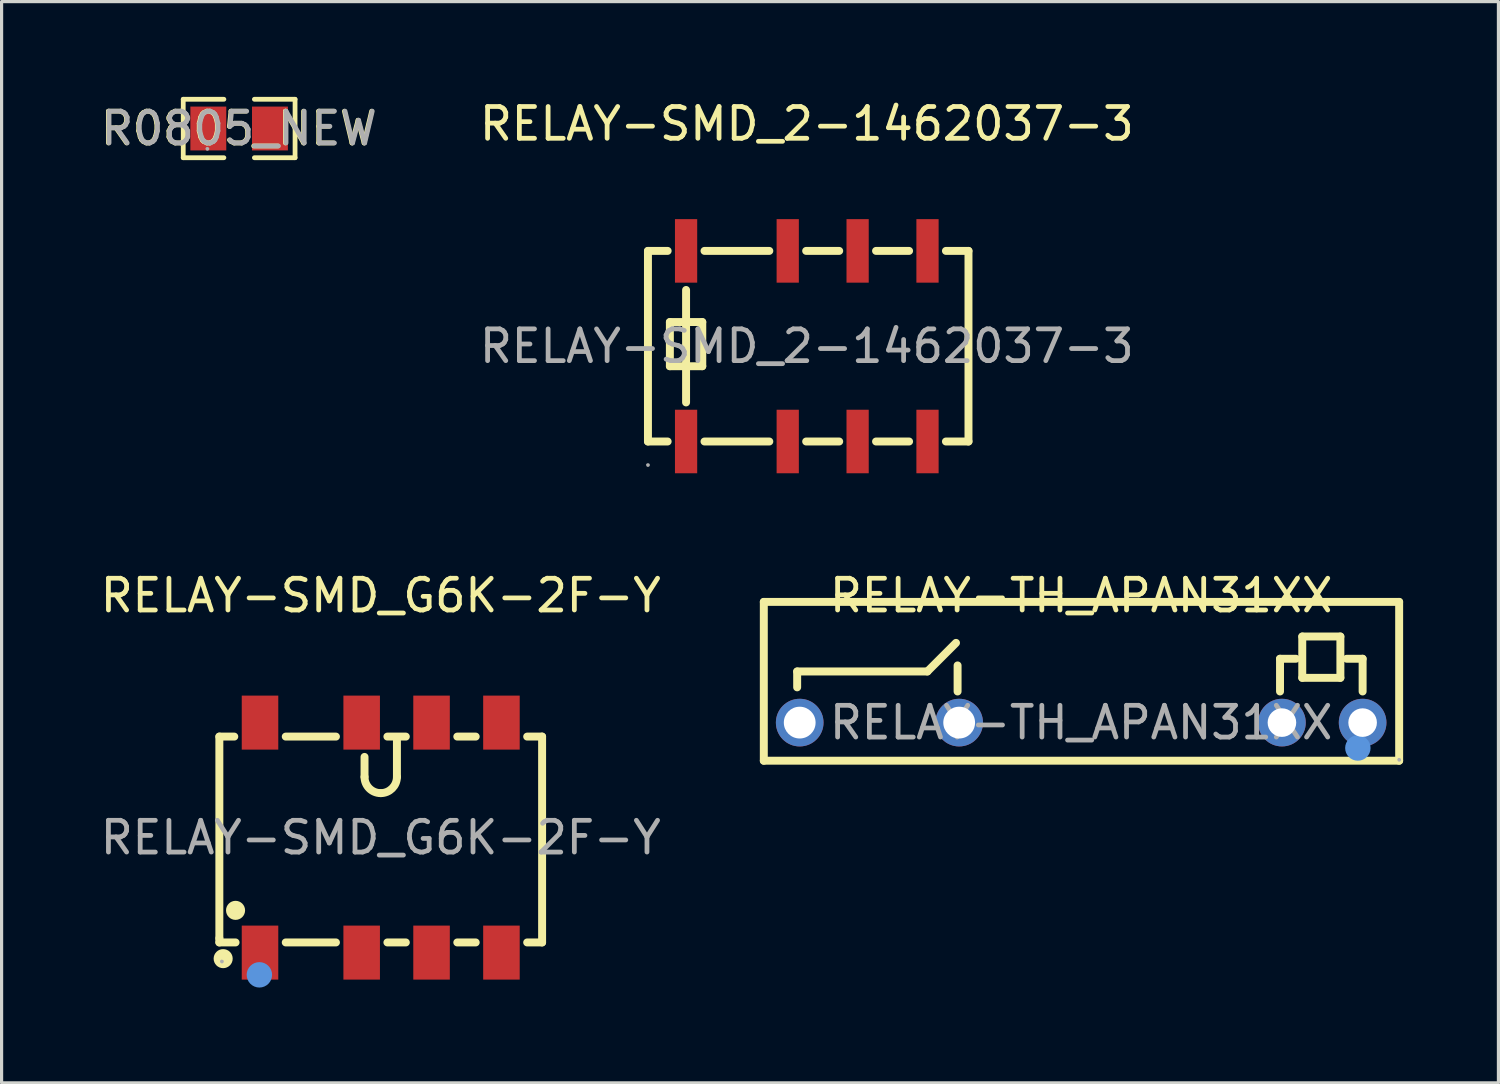
<source format=kicad_pcb>
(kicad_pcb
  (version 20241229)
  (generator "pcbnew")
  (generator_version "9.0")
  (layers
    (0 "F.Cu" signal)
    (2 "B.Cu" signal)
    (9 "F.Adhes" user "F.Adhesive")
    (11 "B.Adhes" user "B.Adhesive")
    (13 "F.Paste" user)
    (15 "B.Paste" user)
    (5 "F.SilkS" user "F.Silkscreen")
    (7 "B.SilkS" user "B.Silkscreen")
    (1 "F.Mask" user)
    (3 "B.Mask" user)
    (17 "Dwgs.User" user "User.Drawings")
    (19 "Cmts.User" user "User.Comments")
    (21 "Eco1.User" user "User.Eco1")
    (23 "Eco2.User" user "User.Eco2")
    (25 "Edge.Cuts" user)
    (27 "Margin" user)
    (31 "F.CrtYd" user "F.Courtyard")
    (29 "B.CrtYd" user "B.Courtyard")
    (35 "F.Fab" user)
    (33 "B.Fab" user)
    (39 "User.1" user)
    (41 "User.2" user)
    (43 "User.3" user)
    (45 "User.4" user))
  (footprint "RELAY-SMD_G6K-2F-Y"
    (layer "F.Cu")
    (at 8.935 23.317)
    (property "Reference" "RELAY-SMD_G6K-2F-Y" (at 0 -7.62 0) (layer "F.SilkS") (effects (font (size 1 1) (thickness 0.15))))
    (attr smd)
    (fp_line (start -5.08 -3.18) (end -5.08 3.17) (stroke (width 0.25) (type solid)) (layer "F.SilkS"))
    (fp_line (start -5.08 3.17) (end -5.08 3.3) (stroke (width 0.25) (type solid)) (layer "F.SilkS"))
    (fp_line (start -5.08 3.3) (end -4.57 3.3) (stroke (width 0.25) (type solid)) (layer "F.SilkS"))
    (fp_line (start -4.61 -3.18) (end -5.08 -3.18) (stroke (width 0.25) (type solid)) (layer "F.SilkS"))
    (fp_line (start -2.99 3.3) (end -1.41 3.3) (stroke (width 0.25) (type solid)) (layer "F.SilkS"))
    (fp_line (start -1.41 -3.18) (end -2.99 -3.18) (stroke (width 0.25) (type solid)) (layer "F.SilkS"))
    (fp_line (start -0.51 -1.91) (end -0.51 -2.54) (stroke (width 0.25) (type solid)) (layer "F.SilkS"))
    (fp_line (start 0.21 3.3) (end 0.79 3.3) (stroke (width 0.25) (type solid)) (layer "F.SilkS"))
    (fp_line (start 0.51 -3.05) (end 0.51 -1.91) (stroke (width 0.25) (type solid)) (layer "F.SilkS"))
    (fp_line (start 0.79 -3.18) (end 0.21 -3.18) (stroke (width 0.25) (type solid)) (layer "F.SilkS"))
    (fp_line (start 2.41 3.3) (end 2.99 3.3) (stroke (width 0.25) (type solid)) (layer "F.SilkS"))
    (fp_line (start 2.99 -3.18) (end 2.41 -3.18) (stroke (width 0.25) (type solid)) (layer "F.SilkS"))
    (fp_line (start 4.61 3.3) (end 5.08 3.3) (stroke (width 0.25) (type solid)) (layer "F.SilkS"))
    (fp_line (start 5.08 -3.18) (end 4.61 -3.18) (stroke (width 0.25) (type solid)) (layer "F.SilkS"))
    (fp_line (start 5.08 3.3) (end 5.08 -3.18) (stroke (width 0.25) (type solid)) (layer "F.SilkS"))
    (fp_arc (start 0 -1.4) (mid -0.360624 -1.549376) (end -0.51 -1.91) (stroke (width 0.25) (type solid)) (layer "F.SilkS"))
    (fp_arc (start 0.51 -1.91) (mid 0.360624 -1.549376) (end 0 -1.4) (stroke (width 0.25) (type solid)) (layer "F.SilkS"))
    (fp_circle (center -4.96 3.81) (end -4.81 3.81) (stroke (width 0.3) (type solid)) (fill no) (layer "F.SilkS"))
    (fp_circle (center -4.57 2.29) (end -4.42 2.29) (stroke (width 0.3) (type solid)) (fill no) (layer "F.SilkS"))
    (fp_circle (center -3.82 4.32) (end -3.62 4.32) (stroke (width 0.4) (type solid)) (fill no) (layer "Cmts.User"))
    (fp_circle (center -5 3.9) (end -4.97 3.9) (stroke (width 0.06) (type solid)) (fill no) (layer "F.Fab"))
    (fp_text user "${REFERENCE}" (at 0 0 0) (layer "F.Fab") (effects (font (size 1 1) (thickness 0.15))))
    (pad "1" smd rect (at -3.8 3.62) (size 1.15 1.7) (layers "F.Cu" "F.Mask" "F.Paste"))
    (pad "2" smd rect (at -0.6 3.62) (size 1.15 1.7) (layers "F.Cu" "F.Mask" "F.Paste"))
    (pad "3" smd rect (at 1.6 3.62) (size 1.15 1.7) (layers "F.Cu" "F.Mask" "F.Paste"))
    (pad "4" smd rect (at 3.8 3.62) (size 1.15 1.7) (layers "F.Cu" "F.Mask" "F.Paste"))
    (pad "5" smd rect (at 3.8 -3.62) (size 1.15 1.7) (layers "F.Cu" "F.Mask" "F.Paste"))
    (pad "6" smd rect (at 1.6 -3.62) (size 1.15 1.7) (layers "F.Cu" "F.Mask" "F.Paste"))
    (pad "7" smd rect (at -0.6 -3.62) (size 1.15 1.7) (layers "F.Cu" "F.Mask" "F.Paste"))
    (pad "8" smd rect (at -3.8 -3.62) (size 1.15 1.7) (layers "F.Cu" "F.Mask" "F.Paste")))
  (footprint "RELAY-TH_APAN31XX"
    (layer "F.Cu")
    (at 30.984 19.697)
    (property "Reference" "RELAY-TH_APAN31XX" (at 0 -4 0) (layer "F.SilkS") (effects (font (size 1 1) (thickness 0.15))))
    (attr through_hole)
    (fp_line (start -9.99 -3.8) (end 10.01 -3.8) (stroke (width 0.25) (type solid)) (layer "F.SilkS"))
    (fp_line (start -9.99 1.2) (end -9.99 -3.8) (stroke (width 0.25) (type solid)) (layer "F.SilkS"))
    (fp_line (start -8.94 -1.61) (end -4.84 -1.61) (stroke (width 0.25) (type solid)) (layer "F.SilkS"))
    (fp_line (start -8.94 -1.11) (end -8.94 -1.61) (stroke (width 0.25) (type solid)) (layer "F.SilkS"))
    (fp_line (start -4.84 -1.61) (end -3.94 -2.51) (stroke (width 0.25) (type solid)) (layer "F.SilkS"))
    (fp_line (start -3.89 -1.8) (end -3.89 -0.98) (stroke (width 0.25) (type solid)) (layer "F.SilkS"))
    (fp_line (start 6.26 -2.01) (end 6.26 -0.98) (stroke (width 0.25) (type solid)) (layer "F.SilkS"))
    (fp_line (start 6.26 -2.01) (end 6.76 -2.01) (stroke (width 0.25) (type solid)) (layer "F.SilkS"))
    (fp_line (start 6.96 -2.71) (end 8.16 -2.71) (stroke (width 0.25) (type solid)) (layer "F.SilkS"))
    (fp_line (start 6.96 -1.41) (end 6.96 -2.71) (stroke (width 0.25) (type solid)) (layer "F.SilkS"))
    (fp_line (start 8.16 -2.71) (end 8.16 -1.41) (stroke (width 0.25) (type solid)) (layer "F.SilkS"))
    (fp_line (start 8.16 -1.41) (end 6.96 -1.41) (stroke (width 0.25) (type solid)) (layer "F.SilkS"))
    (fp_line (start 8.86 -2.01) (end 8.36 -2.01) (stroke (width 0.25) (type solid)) (layer "F.SilkS"))
    (fp_line (start 8.86 -2.01) (end 8.86 -0.98) (stroke (width 0.25) (type solid)) (layer "F.SilkS"))
    (fp_line (start 10.01 -3.8) (end 10.01 1.2) (stroke (width 0.25) (type solid)) (layer "F.SilkS"))
    (fp_line (start 10.01 1.2) (end -9.99 1.2) (stroke (width 0.25) (type solid)) (layer "F.SilkS"))
    (fp_circle (center 8.71 0.8) (end 8.91 0.8) (stroke (width 0.4) (type solid)) (fill no) (layer "Cmts.User"))
    (fp_circle (center -8.86 0) (end -8.66 0) (stroke (width 0.4) (type solid)) (fill no) (layer "F.Fab"))
    (fp_circle (center -3.84 0) (end -3.64 0) (stroke (width 0.4) (type solid)) (fill no) (layer "F.Fab"))
    (fp_circle (center 6.32 0) (end 6.44 0) (stroke (width 0.25) (type solid)) (fill no) (layer "F.Fab"))
    (fp_circle (center 8.86 0) (end 8.98 0) (stroke (width 0.25) (type solid)) (fill no) (layer "F.Fab"))
    (fp_circle (center 10.01 1.17) (end 10.04 1.17) (stroke (width 0.06) (type solid)) (fill no) (layer "F.Fab"))
    (fp_text user "${REFERENCE}" (at 0 0 0) (layer "F.Fab") (effects (font (size 1 1) (thickness 0.15))))
    (pad "1" thru_hole circle (at 8.86 0 180) (size 1.5 1.5) (drill 0.9) (layers "*.Cu" "*.Mask"))
    (pad "2" thru_hole circle (at 6.32 0 180) (size 1.5 1.5) (drill 0.9) (layers "*.Cu" "*.Mask"))
    (pad "5" thru_hole circle (at -3.84 0 180) (size 1.5 1.5) (drill 1) (layers "*.Cu" "*.Mask"))
    (pad "6" thru_hole circle (at -8.86 0 180) (size 1.5 1.5) (drill 1) (layers "*.Cu" "*.Mask")))
  (footprint "RELAY-SMD_2-1462037-3"
    (layer "F.Cu")
    (at 22.347 7.848)
    (property "Reference" "RELAY-SMD_2-1462037-3" (at 0 -7 0) (layer "F.SilkS") (effects (font (size 1 1) (thickness 0.15))))
    (attr smd)
    (fp_line (start -5 -3) (end -5 3) (stroke (width 0.25) (type solid)) (layer "F.SilkS"))
    (fp_line (start -5 -3) (end -4.38 -3) (stroke (width 0.25) (type solid)) (layer "F.SilkS"))
    (fp_line (start -5 3) (end -4.38 3) (stroke (width 0.25) (type solid)) (layer "F.SilkS"))
    (fp_line (start -4.31 -0.76) (end -3.29 -0.76) (stroke (width 0.25) (type solid)) (layer "F.SilkS"))
    (fp_line (start -4.31 0.63) (end -4.31 -0.76) (stroke (width 0.25) (type solid)) (layer "F.SilkS"))
    (fp_line (start -3.8 -1.77) (end -3.8 1.77) (stroke (width 0.25) (type solid)) (layer "F.SilkS"))
    (fp_line (start -3.29 -0.76) (end -3.29 0.63) (stroke (width 0.25) (type solid)) (layer "F.SilkS"))
    (fp_line (start -3.29 0.63) (end -4.31 0.63) (stroke (width 0.25) (type solid)) (layer "F.SilkS"))
    (fp_line (start -3.22 -3) (end -1.18 -3) (stroke (width 0.25) (type solid)) (layer "F.SilkS"))
    (fp_line (start -3.22 3) (end -1.18 3) (stroke (width 0.25) (type solid)) (layer "F.SilkS"))
    (fp_line (start -0.02 -3) (end 1.02 -3) (stroke (width 0.25) (type solid)) (layer "F.SilkS"))
    (fp_line (start -0.02 3) (end 1.02 3) (stroke (width 0.25) (type solid)) (layer "F.SilkS"))
    (fp_line (start 2.18 -3) (end 3.22 -3) (stroke (width 0.25) (type solid)) (layer "F.SilkS"))
    (fp_line (start 2.18 3) (end 3.22 3) (stroke (width 0.25) (type solid)) (layer "F.SilkS"))
    (fp_line (start 4.38 -3) (end 5.09 -3) (stroke (width 0.25) (type solid)) (layer "F.SilkS"))
    (fp_line (start 4.38 3) (end 5.09 3) (stroke (width 0.25) (type solid)) (layer "F.SilkS"))
    (fp_line (start 5.09 -3) (end 5.09 3) (stroke (width 0.25) (type solid)) (layer "F.SilkS"))
    (fp_circle (center -5 3.74) (end -4.97 3.74) (stroke (width 0.06) (type solid)) (fill no) (layer "F.Fab"))
    (fp_text user "${REFERENCE}" (at 0 0 0) (layer "F.Fab") (effects (font (size 1 1) (thickness 0.15))))
    (pad "1" smd rect (at -3.8 3) (size 0.7 2) (layers "F.Cu" "F.Mask" "F.Paste"))
    (pad "2" smd rect (at -0.6 3) (size 0.7 2) (layers "F.Cu" "F.Mask" "F.Paste"))
    (pad "3" smd rect (at 1.6 3) (size 0.7 2) (layers "F.Cu" "F.Mask" "F.Paste"))
    (pad "4" smd rect (at 3.8 3) (size 0.7 2) (layers "F.Cu" "F.Mask" "F.Paste"))
    (pad "5" smd rect (at 3.8 -3) (size 0.7 2) (layers "F.Cu" "F.Mask" "F.Paste"))
    (pad "6" smd rect (at 1.6 -3) (size 0.7 2) (layers "F.Cu" "F.Mask" "F.Paste"))
    (pad "7" smd rect (at -0.6 -3) (size 0.7 2) (layers "F.Cu" "F.Mask" "F.Paste"))
    (pad "8" smd rect (at -3.8 -3) (size 0.7 2) (layers "F.Cu" "F.Mask" "F.Paste")))
  (footprint "R0805_NEW"
    (layer "F.Cu")
    (at 4.478 0.995)
    (property "Reference" "R0805_NEW" (at -0.02 0 0) (layer "F.SilkS") (effects (font (size 1 1) (thickness 0.15))))
    (attr smd)
    (fp_line (start -1.76 -0.92) (end -0.48 -0.92) (stroke (width 0.15) (type solid)) (layer "F.SilkS"))
    (fp_line (start -1.76 0.92) (end -1.76 -0.92) (stroke (width 0.15) (type solid)) (layer "F.SilkS"))
    (fp_line (start -0.48 0.92) (end -1.76 0.92) (stroke (width 0.15) (type solid)) (layer "F.SilkS"))
    (fp_line (start 0.48 0.92) (end 1.76 0.92) (stroke (width 0.15) (type solid)) (layer "F.SilkS"))
    (fp_line (start 1.76 -0.92) (end 0.48 -0.92) (stroke (width 0.15) (type solid)) (layer "F.SilkS"))
    (fp_line (start 1.76 0.92) (end 1.76 -0.92) (stroke (width 0.15) (type solid)) (layer "F.SilkS"))
    (fp_circle (center -1 0.64) (end -0.97 0.64) (stroke (width 0.06) (type solid)) (fill no) (layer "F.Fab"))
    (fp_text user "${REFERENCE}" (at 0 0 0) (layer "F.Fab") (effects (font (size 1 1) (thickness 0.15))))
    (pad "1" smd rect (at -0.97 0) (size 1.13 1.38) (layers "F.Cu" "F.Mask" "F.Paste"))
    (pad "2" smd rect (at 0.97 0) (size 1.13 1.38) (layers "F.Cu" "F.Mask" "F.Paste")))
  (gr_rect
    (start -3 -3)
    (end 44.119 31.037)
    (stroke (width 0.1) (type default))
    (fill no)
    (layer "Edge.Cuts")))
</source>
